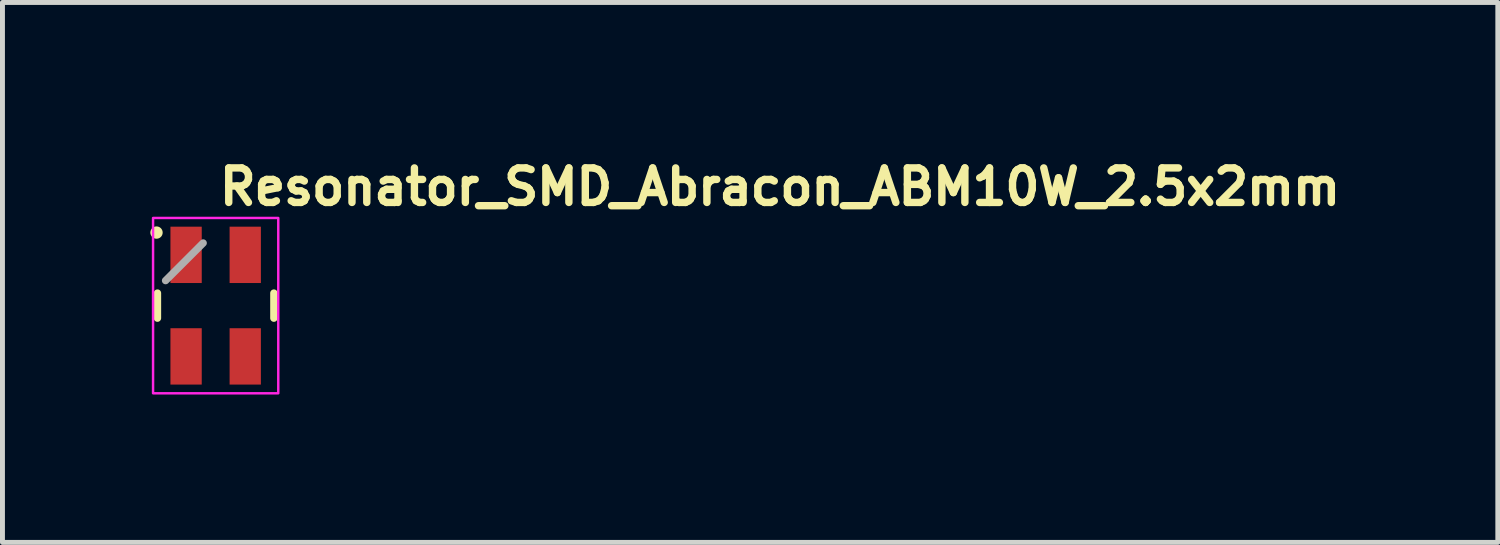
<source format=kicad_pcb>
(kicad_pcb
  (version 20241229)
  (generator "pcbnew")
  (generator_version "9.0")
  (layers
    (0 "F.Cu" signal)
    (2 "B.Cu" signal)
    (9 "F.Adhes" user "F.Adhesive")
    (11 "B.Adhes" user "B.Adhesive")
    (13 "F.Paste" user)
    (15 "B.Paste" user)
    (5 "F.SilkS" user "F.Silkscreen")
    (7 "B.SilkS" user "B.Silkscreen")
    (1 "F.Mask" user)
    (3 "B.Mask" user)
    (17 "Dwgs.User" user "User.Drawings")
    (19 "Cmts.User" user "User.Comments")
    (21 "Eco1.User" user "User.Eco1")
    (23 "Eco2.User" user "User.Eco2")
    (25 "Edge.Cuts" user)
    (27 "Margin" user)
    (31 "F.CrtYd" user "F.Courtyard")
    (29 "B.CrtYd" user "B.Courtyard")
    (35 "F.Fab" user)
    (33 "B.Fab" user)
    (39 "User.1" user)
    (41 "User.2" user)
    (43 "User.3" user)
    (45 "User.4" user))
  (footprint "Resonator_SMD_Abracon_ABM10W_2.5x2mm"
    (layer "F.Cu")
    (at 1.325 3.15)
    (property "Reference" "Resonator_SMD_Abracon_ABM10W_2.5x2mm" (at 0 -2 0) (unlocked yes) (layer "F.SilkS") (effects (font (size 0.7 0.7) (thickness 0.15)) (justify left bottom)))
    (attr smd)
    (fp_line (start -1.181 -0.254) (end -1.181 0.254) (stroke (width 0.15) (type solid)) (layer "F.SilkS"))
    (fp_line (start 1.181 -0.254) (end 1.181 0.254) (stroke (width 0.15) (type solid)) (layer "F.SilkS"))
    (fp_circle (center -1.2 -1.482) (end -1.15 -1.482) (stroke (width 0.15) (type solid)) (fill yes) (layer "F.SilkS"))
    (fp_rect (start -1.27 -1.778) (end 1.27 1.778) (stroke (width 0.05) (type solid)) (fill no) (layer "F.CrtYd"))
    (fp_line (start -0.254 -1.27) (end -1.016 -0.508) (stroke (width 0.15) (type solid)) (layer "F.Fab"))
    (fp_rect (start -1.054 -1.295) (end 1.054 1.295) (stroke (width 0.15) (type solid)) (fill no) (layer "User.5"))
    (fp_line (start -1.054 -1.295) (end -1.054 1.295) (stroke (width 0.02) (type solid)) (layer "User.9"))
    (fp_line (start -1.054 1.295) (end 1.054 1.295) (stroke (width 0.02) (type solid)) (layer "User.9"))
    (fp_line (start -0.665 -1.039) (end -0.665 -1.036) (stroke (width 0.02) (type solid)) (layer "User.9"))
    (fp_line (start -0.665 -1.036) (end -0.665 -1.036) (stroke (width 0.02) (type solid)) (layer "User.9"))
    (fp_line (start -0.665 -1.036) (end -0.665 -1.033) (stroke (width 0.02) (type solid)) (layer "User.9"))
    (fp_line (start -0.665 -1.033) (end -0.664 -1.029) (stroke (width 0.02) (type solid)) (layer "User.9"))
    (fp_line (start -0.664 -1.046) (end -0.664 -1.043) (stroke (width 0.02) (type solid)) (layer "User.9"))
    (fp_line (start -0.664 -1.043) (end -0.665 -1.039) (stroke (width 0.02) (type solid)) (layer "User.9"))
    (fp_line (start -0.664 -1.029) (end -0.664 -1.026) (stroke (width 0.02) (type solid)) (layer "User.9"))
    (fp_line (start -0.664 -1.026) (end -0.663 -1.023) (stroke (width 0.02) (type solid)) (layer "User.9"))
    (fp_line (start -0.663 -1.052) (end -0.663 -1.049) (stroke (width 0.02) (type solid)) (layer "User.9"))
    (fp_line (start -0.663 -1.049) (end -0.664 -1.046) (stroke (width 0.02) (type solid)) (layer "User.9"))
    (fp_line (start -0.663 -1.023) (end -0.663 -1.02) (stroke (width 0.02) (type solid)) (layer "User.9"))
    (fp_line (start -0.663 -1.02) (end -0.662 -1.017) (stroke (width 0.02) (type solid)) (layer "User.9"))
    (fp_line (start -0.662 -1.055) (end -0.663 -1.052) (stroke (width 0.02) (type solid)) (layer "User.9"))
    (fp_line (start -0.662 -1.017) (end -0.661 -1.014) (stroke (width 0.02) (type solid)) (layer "User.9"))
    (fp_line (start -0.661 -1.058) (end -0.662 -1.055) (stroke (width 0.02) (type solid)) (layer "User.9"))
    (fp_line (start -0.661 -1.014) (end -0.66 -1.011) (stroke (width 0.02) (type solid)) (layer "User.9"))
    (fp_line (start -0.66 -1.061) (end -0.661 -1.058) (stroke (width 0.02) (type solid)) (layer "User.9"))
    (fp_line (start -0.66 -1.011) (end -0.658 -1.008) (stroke (width 0.02) (type solid)) (layer "User.9"))
    (fp_line (start -0.658 -1.064) (end -0.66 -1.061) (stroke (width 0.02) (type solid)) (layer "User.9"))
    (fp_line (start -0.658 -1.008) (end -0.657 -1.005) (stroke (width 0.02) (type solid)) (layer "User.9"))
    (fp_line (start -0.657 -1.067) (end -0.658 -1.064) (stroke (width 0.02) (type solid)) (layer "User.9"))
    (fp_line (start -0.657 -1.005) (end -0.655 -1.002) (stroke (width 0.02) (type solid)) (layer "User.9"))
    (fp_line (start -0.655 -1.07) (end -0.657 -1.067) (stroke (width 0.02) (type solid)) (layer "User.9"))
    (fp_line (start -0.655 -1.002) (end -0.654 -1) (stroke (width 0.02) (type solid)) (layer "User.9"))
    (fp_line (start -0.654 -1.072) (end -0.655 -1.07) (stroke (width 0.02) (type solid)) (layer "User.9"))
    (fp_line (start -0.654 -1) (end -0.652 -0.997) (stroke (width 0.02) (type solid)) (layer "User.9"))
    (fp_line (start -0.652 -1.075) (end -0.654 -1.072) (stroke (width 0.02) (type solid)) (layer "User.9"))
    (fp_line (start -0.652 -0.997) (end -0.65 -0.995) (stroke (width 0.02) (type solid)) (layer "User.9"))
    (fp_line (start -0.65 -1.077) (end -0.652 -1.075) (stroke (width 0.02) (type solid)) (layer "User.9"))
    (fp_line (start -0.65 -0.995) (end -0.648 -0.993) (stroke (width 0.02) (type solid)) (layer "User.9"))
    (fp_line (start -0.648 -1.08) (end -0.65 -1.077) (stroke (width 0.02) (type solid)) (layer "User.9"))
    (fp_line (start -0.648 -0.993) (end -0.646 -0.99) (stroke (width 0.02) (type solid)) (layer "User.9"))
    (fp_line (start -0.646 -1.082) (end -0.648 -1.08) (stroke (width 0.02) (type solid)) (layer "User.9"))
    (fp_line (start -0.646 -0.99) (end -0.643 -0.988) (stroke (width 0.02) (type solid)) (layer "User.9"))
    (fp_line (start -0.643 -1.084) (end -0.646 -1.082) (stroke (width 0.02) (type solid)) (layer "User.9"))
    (fp_line (start -0.643 -0.988) (end -0.641 -0.986) (stroke (width 0.02) (type solid)) (layer "User.9"))
    (fp_line (start -0.641 -1.086) (end -0.643 -1.084) (stroke (width 0.02) (type solid)) (layer "User.9"))
    (fp_line (start -0.641 -0.986) (end -0.639 -0.984) (stroke (width 0.02) (type solid)) (layer "User.9"))
    (fp_line (start -0.639 -1.088) (end -0.641 -1.086) (stroke (width 0.02) (type solid)) (layer "User.9"))
    (fp_line (start -0.639 -0.984) (end -0.636 -0.982) (stroke (width 0.02) (type solid)) (layer "User.9"))
    (fp_line (start -0.636 -1.09) (end -0.639 -1.088) (stroke (width 0.02) (type solid)) (layer "User.9"))
    (fp_line (start -0.636 -0.982) (end -0.633 -0.981) (stroke (width 0.02) (type solid)) (layer "User.9"))
    (fp_line (start -0.633 -1.091) (end -0.636 -1.09) (stroke (width 0.02) (type solid)) (layer "User.9"))
    (fp_line (start -0.633 -0.981) (end -0.631 -0.979) (stroke (width 0.02) (type solid)) (layer "User.9"))
    (fp_line (start -0.631 -1.093) (end -0.633 -1.091) (stroke (width 0.02) (type solid)) (layer "User.9"))
    (fp_line (start -0.631 -0.979) (end -0.628 -0.978) (stroke (width 0.02) (type solid)) (layer "User.9"))
    (fp_line (start -0.628 -1.094) (end -0.631 -1.093) (stroke (width 0.02) (type solid)) (layer "User.9"))
    (fp_line (start -0.628 -0.978) (end -0.625 -0.976) (stroke (width 0.02) (type solid)) (layer "User.9"))
    (fp_line (start -0.625 -1.096) (end -0.628 -1.094) (stroke (width 0.02) (type solid)) (layer "User.9"))
    (fp_line (start -0.625 -0.976) (end -0.622 -0.975) (stroke (width 0.02) (type solid)) (layer "User.9"))
    (fp_line (start -0.622 -1.097) (end -0.625 -1.096) (stroke (width 0.02) (type solid)) (layer "User.9"))
    (fp_line (start -0.622 -0.975) (end -0.619 -0.974) (stroke (width 0.02) (type solid)) (layer "User.9"))
    (fp_line (start -0.619 -1.098) (end -0.622 -1.097) (stroke (width 0.02) (type solid)) (layer "User.9"))
    (fp_line (start -0.619 -0.974) (end -0.616 -0.973) (stroke (width 0.02) (type solid)) (layer "User.9"))
    (fp_line (start -0.616 -1.099) (end -0.619 -1.098) (stroke (width 0.02) (type solid)) (layer "User.9"))
    (fp_line (start -0.616 -0.973) (end -0.613 -0.973) (stroke (width 0.02) (type solid)) (layer "User.9"))
    (fp_line (start -0.613 -1.1) (end -0.616 -1.099) (stroke (width 0.02) (type solid)) (layer "User.9"))
    (fp_line (start -0.613 -0.973) (end -0.61 -0.972) (stroke (width 0.02) (type solid)) (layer "User.9"))
    (fp_line (start -0.61 -1.1) (end -0.613 -1.1) (stroke (width 0.02) (type solid)) (layer "User.9"))
    (fp_line (start -0.61 -0.972) (end -0.607 -0.972) (stroke (width 0.02) (type solid)) (layer "User.9"))
    (fp_line (start -0.607 -1.101) (end -0.61 -1.1) (stroke (width 0.02) (type solid)) (layer "User.9"))
    (fp_line (start -0.607 -0.972) (end -0.603 -0.971) (stroke (width 0.02) (type solid)) (layer "User.9"))
    (fp_line (start -0.603 -1.101) (end -0.607 -1.101) (stroke (width 0.02) (type solid)) (layer "User.9"))
    (fp_line (start -0.603 -0.971) (end -0.6 -0.971) (stroke (width 0.02) (type solid)) (layer "User.9"))
    (fp_line (start -0.6 -1.101) (end -0.603 -1.101) (stroke (width 0.02) (type solid)) (layer "User.9"))
    (fp_line (start -0.6 -1.101) (end -0.6 -1.101) (stroke (width 0.02) (type solid)) (layer "User.9"))
    (fp_line (start -0.6 -0.971) (end -0.6 -0.971) (stroke (width 0.02) (type solid)) (layer "User.9"))
    (fp_line (start -0.6 -0.971) (end -0.597 -0.971) (stroke (width 0.02) (type solid)) (layer "User.9"))
    (fp_line (start -0.597 -1.101) (end -0.6 -1.101) (stroke (width 0.02) (type solid)) (layer "User.9"))
    (fp_line (start -0.597 -0.971) (end -0.593 -0.972) (stroke (width 0.02) (type solid)) (layer "User.9"))
    (fp_line (start -0.593 -1.101) (end -0.597 -1.101) (stroke (width 0.02) (type solid)) (layer "User.9"))
    (fp_line (start -0.593 -0.972) (end -0.59 -0.972) (stroke (width 0.02) (type solid)) (layer "User.9"))
    (fp_line (start -0.59 -1.1) (end -0.593 -1.101) (stroke (width 0.02) (type solid)) (layer "User.9"))
    (fp_line (start -0.59 -0.972) (end -0.587 -0.973) (stroke (width 0.02) (type solid)) (layer "User.9"))
    (fp_line (start -0.587 -1.1) (end -0.59 -1.1) (stroke (width 0.02) (type solid)) (layer "User.9"))
    (fp_line (start -0.587 -0.973) (end -0.584 -0.973) (stroke (width 0.02) (type solid)) (layer "User.9"))
    (fp_line (start -0.584 -1.099) (end -0.587 -1.1) (stroke (width 0.02) (type solid)) (layer "User.9"))
    (fp_line (start -0.584 -0.973) (end -0.581 -0.974) (stroke (width 0.02) (type solid)) (layer "User.9"))
    (fp_line (start -0.581 -1.098) (end -0.584 -1.099) (stroke (width 0.02) (type solid)) (layer "User.9"))
    (fp_line (start -0.581 -0.974) (end -0.578 -0.975) (stroke (width 0.02) (type solid)) (layer "User.9"))
    (fp_line (start -0.578 -1.097) (end -0.581 -1.098) (stroke (width 0.02) (type solid)) (layer "User.9"))
    (fp_line (start -0.578 -0.975) (end -0.575 -0.976) (stroke (width 0.02) (type solid)) (layer "User.9"))
    (fp_line (start -0.575 -1.096) (end -0.578 -1.097) (stroke (width 0.02) (type solid)) (layer "User.9"))
    (fp_line (start -0.575 -0.976) (end -0.572 -0.978) (stroke (width 0.02) (type solid)) (layer "User.9"))
    (fp_line (start -0.572 -1.094) (end -0.575 -1.096) (stroke (width 0.02) (type solid)) (layer "User.9"))
    (fp_line (start -0.572 -0.978) (end -0.569 -0.979) (stroke (width 0.02) (type solid)) (layer "User.9"))
    (fp_line (start -0.569 -1.093) (end -0.572 -1.094) (stroke (width 0.02) (type solid)) (layer "User.9"))
    (fp_line (start -0.569 -0.979) (end -0.566 -0.981) (stroke (width 0.02) (type solid)) (layer "User.9"))
    (fp_line (start -0.566 -1.091) (end -0.569 -1.093) (stroke (width 0.02) (type solid)) (layer "User.9"))
    (fp_line (start -0.566 -0.981) (end -0.564 -0.982) (stroke (width 0.02) (type solid)) (layer "User.9"))
    (fp_line (start -0.564 -1.09) (end -0.566 -1.091) (stroke (width 0.02) (type solid)) (layer "User.9"))
    (fp_line (start -0.564 -0.982) (end -0.561 -0.984) (stroke (width 0.02) (type solid)) (layer "User.9"))
    (fp_line (start -0.561 -1.088) (end -0.564 -1.09) (stroke (width 0.02) (type solid)) (layer "User.9"))
    (fp_line (start -0.561 -0.984) (end -0.559 -0.986) (stroke (width 0.02) (type solid)) (layer "User.9"))
    (fp_line (start -0.559 -1.086) (end -0.561 -1.088) (stroke (width 0.02) (type solid)) (layer "User.9"))
    (fp_line (start -0.559 -0.986) (end -0.556 -0.988) (stroke (width 0.02) (type solid)) (layer "User.9"))
    (fp_line (start -0.556 -1.084) (end -0.559 -1.086) (stroke (width 0.02) (type solid)) (layer "User.9"))
    (fp_line (start -0.556 -0.988) (end -0.554 -0.99) (stroke (width 0.02) (type solid)) (layer "User.9"))
    (fp_line (start -0.554 -1.082) (end -0.556 -1.084) (stroke (width 0.02) (type solid)) (layer "User.9"))
    (fp_line (start -0.554 -0.99) (end -0.552 -0.993) (stroke (width 0.02) (type solid)) (layer "User.9"))
    (fp_line (start -0.552 -1.08) (end -0.554 -1.082) (stroke (width 0.02) (type solid)) (layer "User.9"))
    (fp_line (start -0.552 -0.993) (end -0.55 -0.995) (stroke (width 0.02) (type solid)) (layer "User.9"))
    (fp_line (start -0.55 -1.077) (end -0.552 -1.08) (stroke (width 0.02) (type solid)) (layer "User.9"))
    (fp_line (start -0.55 -0.995) (end -0.548 -0.997) (stroke (width 0.02) (type solid)) (layer "User.9"))
    (fp_line (start -0.548 -1.075) (end -0.55 -1.077) (stroke (width 0.02) (type solid)) (layer "User.9"))
    (fp_line (start -0.548 -0.997) (end -0.546 -1) (stroke (width 0.02) (type solid)) (layer "User.9"))
    (fp_line (start -0.546 -1.072) (end -0.548 -1.075) (stroke (width 0.02) (type solid)) (layer "User.9"))
    (fp_line (start -0.546 -1) (end -0.545 -1.002) (stroke (width 0.02) (type solid)) (layer "User.9"))
    (fp_line (start -0.545 -1.07) (end -0.546 -1.072) (stroke (width 0.02) (type solid)) (layer "User.9"))
    (fp_line (start -0.545 -1.002) (end -0.543 -1.005) (stroke (width 0.02) (type solid)) (layer "User.9"))
    (fp_line (start -0.543 -1.067) (end -0.545 -1.07) (stroke (width 0.02) (type solid)) (layer "User.9"))
    (fp_line (start -0.543 -1.005) (end -0.542 -1.008) (stroke (width 0.02) (type solid)) (layer "User.9"))
    (fp_line (start -0.542 -1.064) (end -0.543 -1.067) (stroke (width 0.02) (type solid)) (layer "User.9"))
    (fp_line (start -0.542 -1.008) (end -0.54 -1.011) (stroke (width 0.02) (type solid)) (layer "User.9"))
    (fp_line (start -0.54 -1.061) (end -0.542 -1.064) (stroke (width 0.02) (type solid)) (layer "User.9"))
    (fp_line (start -0.54 -1.011) (end -0.539 -1.014) (stroke (width 0.02) (type solid)) (layer "User.9"))
    (fp_line (start -0.539 -1.058) (end -0.54 -1.061) (stroke (width 0.02) (type solid)) (layer "User.9"))
    (fp_line (start -0.539 -1.014) (end -0.538 -1.017) (stroke (width 0.02) (type solid)) (layer "User.9"))
    (fp_line (start -0.538 -1.055) (end -0.539 -1.058) (stroke (width 0.02) (type solid)) (layer "User.9"))
    (fp_line (start -0.538 -1.017) (end -0.537 -1.02) (stroke (width 0.02) (type solid)) (layer "User.9"))
    (fp_line (start -0.537 -1.052) (end -0.538 -1.055) (stroke (width 0.02) (type solid)) (layer "User.9"))
    (fp_line (start -0.537 -1.02) (end -0.536 -1.023) (stroke (width 0.02) (type solid)) (layer "User.9"))
    (fp_line (start -0.536 -1.049) (end -0.537 -1.052) (stroke (width 0.02) (type solid)) (layer "User.9"))
    (fp_line (start -0.536 -1.046) (end -0.536 -1.049) (stroke (width 0.02) (type solid)) (layer "User.9"))
    (fp_line (start -0.536 -1.026) (end -0.535 -1.029) (stroke (width 0.02) (type solid)) (layer "User.9"))
    (fp_line (start -0.536 -1.023) (end -0.536 -1.026) (stroke (width 0.02) (type solid)) (layer "User.9"))
    (fp_line (start -0.535 -1.043) (end -0.536 -1.046) (stroke (width 0.02) (type solid)) (layer "User.9"))
    (fp_line (start -0.535 -1.039) (end -0.535 -1.043) (stroke (width 0.02) (type solid)) (layer "User.9"))
    (fp_line (start -0.535 -1.036) (end -0.535 -1.039) (stroke (width 0.02) (type solid)) (layer "User.9"))
    (fp_line (start -0.535 -1.036) (end -0.535 -1.036) (stroke (width 0.02) (type solid)) (layer "User.9"))
    (fp_line (start -0.535 -1.036) (end -0.535 -1.036) (stroke (width 0.02) (type solid)) (layer "User.9"))
    (fp_line (start -0.535 -1.033) (end -0.535 -1.036) (stroke (width 0.02) (type solid)) (layer "User.9"))
    (fp_line (start -0.535 -1.029) (end -0.535 -1.033) (stroke (width 0.02) (type solid)) (layer "User.9"))
    (fp_line (start 1.054 -1.295) (end -1.054 -1.295) (stroke (width 0.02) (type solid)) (layer "User.9"))
    (fp_line (start 1.054 1.295) (end 1.054 -1.295) (stroke (width 0.02) (type solid)) (layer "User.9"))
    (pad "1" smd rect (at -0.6 -1.03 180) (size 0.635 1.143) (layers "F.Cu" "F.Mask" "F.Paste"))
    (pad "2" smd rect (at -0.6 1.03 180) (size 0.635 1.143) (layers "F.Cu" "F.Mask" "F.Paste"))
    (pad "3" smd rect (at 0.6 1.03 180) (size 0.635 1.143) (layers "F.Cu" "F.Mask" "F.Paste"))
    (pad "4" smd rect (at 0.6 -1.03 180) (size 0.635 1.143) (layers "F.Cu" "F.Mask" "F.Paste")))
  (gr_rect
    (start -3 -3)
    (end 27.335 7.953)
    (stroke (width 0.1) (type default))
    (fill no)
    (layer "Edge.Cuts")))
</source>
